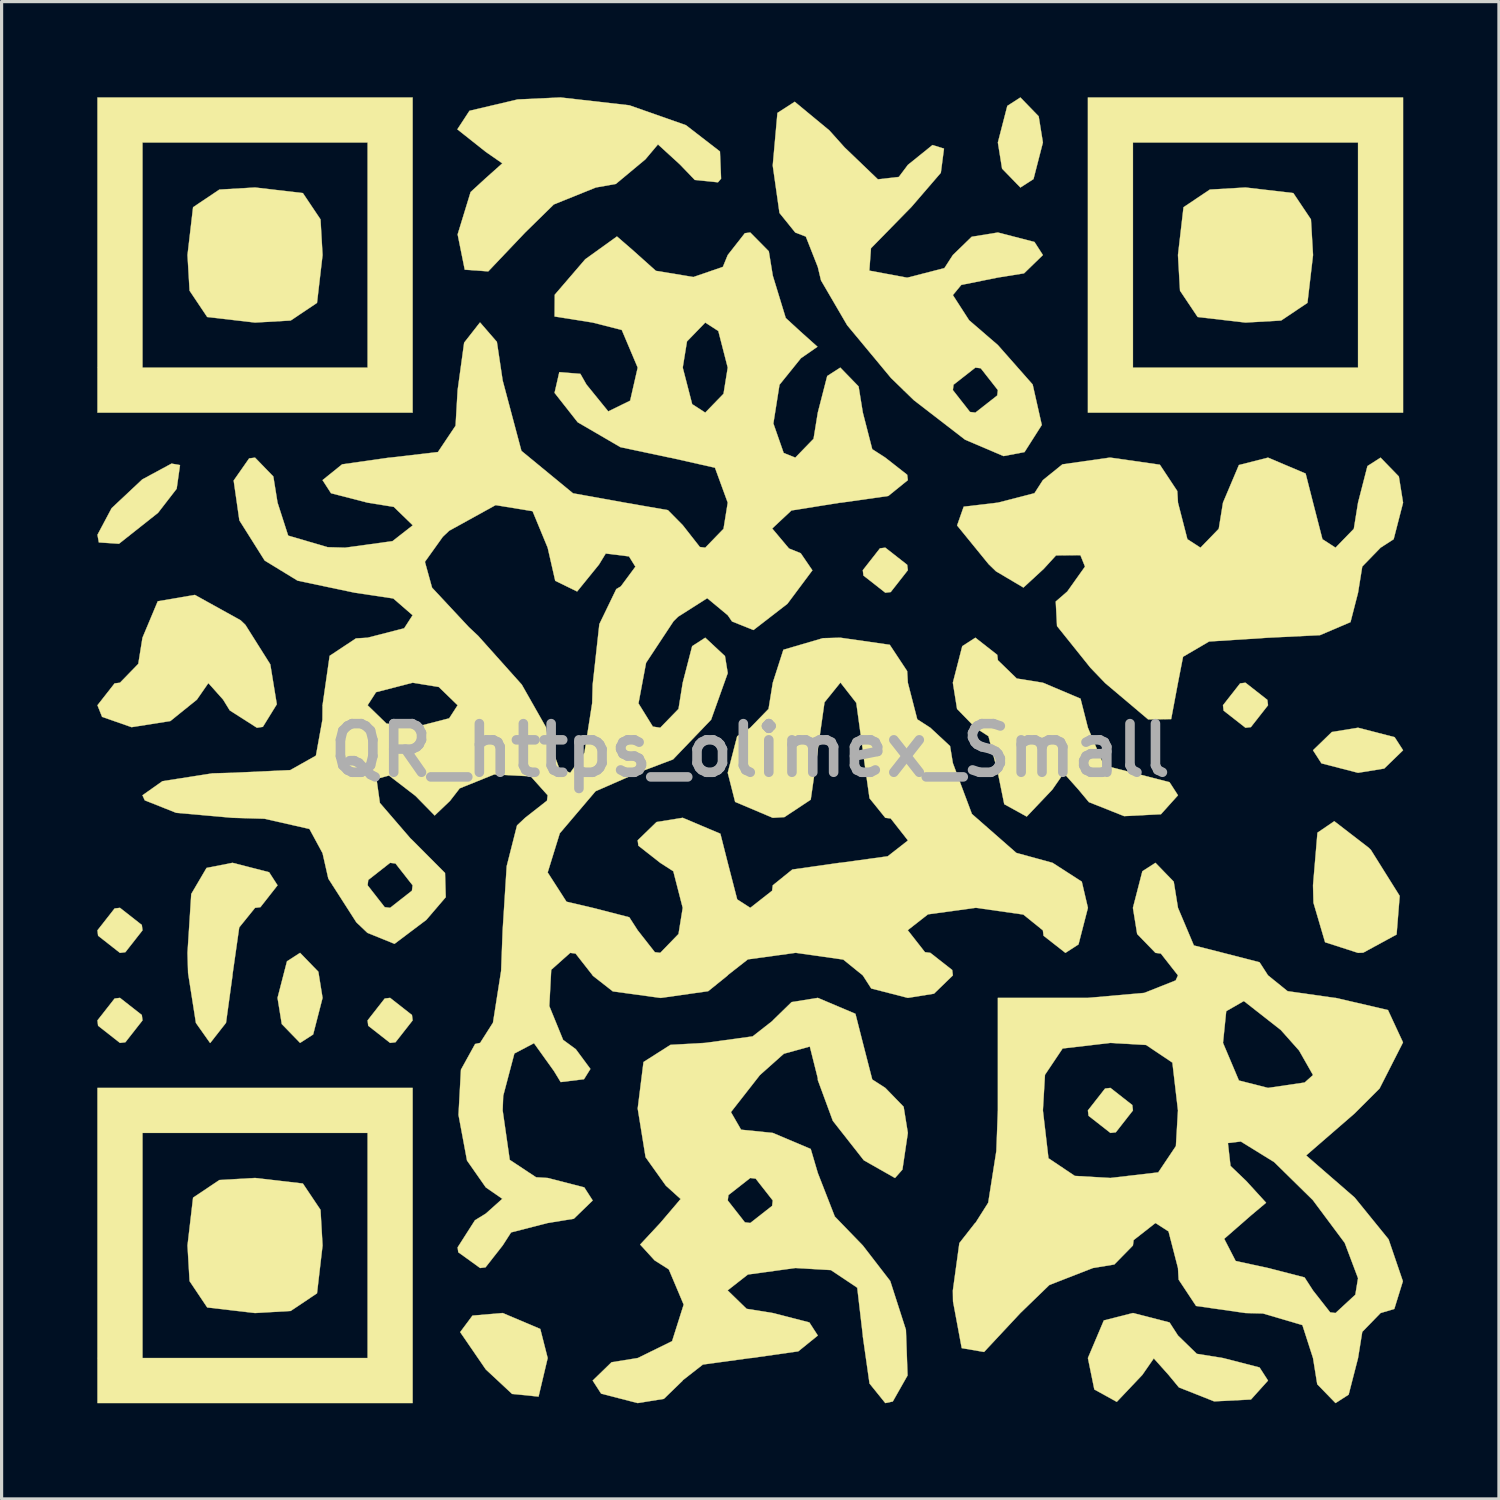
<source format=kicad_pcb>
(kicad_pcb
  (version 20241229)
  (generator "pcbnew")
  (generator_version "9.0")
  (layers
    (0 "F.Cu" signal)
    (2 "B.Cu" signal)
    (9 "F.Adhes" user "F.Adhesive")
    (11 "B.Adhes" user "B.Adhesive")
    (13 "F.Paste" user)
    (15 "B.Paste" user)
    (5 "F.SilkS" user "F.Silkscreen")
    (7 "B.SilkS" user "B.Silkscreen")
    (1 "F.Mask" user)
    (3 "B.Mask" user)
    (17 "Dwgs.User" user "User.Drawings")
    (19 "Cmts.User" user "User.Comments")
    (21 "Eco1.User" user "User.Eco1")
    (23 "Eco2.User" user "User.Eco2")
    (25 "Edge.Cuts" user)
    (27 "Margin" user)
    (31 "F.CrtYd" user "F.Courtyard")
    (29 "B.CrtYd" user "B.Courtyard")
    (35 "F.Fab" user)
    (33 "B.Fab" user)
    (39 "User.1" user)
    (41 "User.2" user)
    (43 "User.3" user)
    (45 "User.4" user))
  (footprint "QR_https_olimex_Small"
    (layer "F.Cu")
    (at 20.466 20.466)
    (property "Reference" "QR_https_olimex_Small" (at 0 0 0) (layer "F.Fab") (effects (font (size 1.524 1.524) (thickness 0.3))))
    (attr through_hole)
    (fp_poly (pts (xy -19.071 5.476) (xy -19.05 5.644) (xy -19.587 6.329) (xy -19.756 6.35) (xy -20.441 5.813) (xy -20.461 5.644) (xy -19.924 4.959) (xy -19.756 4.939) (xy -19.071 5.476)) (stroke (width 0.01) (type solid)) (fill yes) (layer "F.SilkS"))
    (fp_poly (pts (xy -19.071 8.298) (xy -19.05 8.467) (xy -19.587 9.152) (xy -19.756 9.172) (xy -20.441 8.635) (xy -20.461 8.467) (xy -19.924 7.782) (xy -19.756 7.761) (xy -19.071 8.298)) (stroke (width 0.01) (type solid)) (fill yes) (layer "F.SilkS"))
    (fp_poly (pts (xy -13.538 6.941) (xy -13.406 7.761) (xy -13.701 8.908) (xy -14.111 9.172) (xy -14.684 8.581) (xy -14.817 7.761) (xy -14.521 6.615) (xy -14.111 6.35) (xy -13.538 6.941)) (stroke (width 0.01) (type solid)) (fill yes) (layer "F.SilkS"))
    (fp_poly (pts (xy -10.604 8.298) (xy -10.583 8.467) (xy -11.12 9.152) (xy -11.289 9.172) (xy -11.974 8.635) (xy -11.994 8.467) (xy -11.458 7.782) (xy -11.289 7.761) (xy -10.604 8.298)) (stroke (width 0.01) (type solid)) (fill yes) (layer "F.SilkS"))
    (fp_poly (pts (xy -6.582 18.138) (xy -6.35 19.05) (xy -6.636 20.258) (xy -7.465 20.175) (xy -8.29 19.406) (xy -9.092 18.237) (xy -8.707 17.72) (xy -7.761 17.639) (xy -6.582 18.138)) (stroke (width 0.01) (type solid)) (fill yes) (layer "F.SilkS"))
    (fp_poly (pts (xy 4.918 -5.813) (xy 4.939 -5.644) (xy 4.402 -4.959) (xy 4.233 -4.939) (xy 3.548 -5.476) (xy 3.528 -5.644) (xy 4.065 -6.329) (xy 4.233 -6.35) (xy 4.918 -5.813)) (stroke (width 0.01) (type solid)) (fill yes) (layer "F.SilkS"))
    (fp_poly (pts (xy 9.04 -19.87) (xy 9.172 -19.05) (xy 8.877 -17.903) (xy 8.467 -17.639) (xy 7.893 -18.23) (xy 7.761 -19.05) (xy 8.057 -20.197) (xy 8.467 -20.461) (xy 9.04 -19.87)) (stroke (width 0.01) (type solid)) (fill yes) (layer "F.SilkS"))
    (fp_poly (pts (xy 11.974 11.12) (xy 11.994 11.289) (xy 11.458 11.974) (xy 11.289 11.994) (xy 10.604 11.458) (xy 10.583 11.289) (xy 11.12 10.604) (xy 11.289 10.583) (xy 11.974 11.12)) (stroke (width 0.01) (type solid)) (fill yes) (layer "F.SilkS"))
    (fp_poly (pts (xy 16.207 -1.58) (xy 16.228 -1.411) (xy 15.691 -0.726) (xy 15.522 -0.706) (xy 14.837 -1.242) (xy 14.817 -1.411) (xy 15.354 -2.096) (xy 15.522 -2.117) (xy 16.207 -1.58)) (stroke (width 0.01) (type solid)) (fill yes) (layer "F.SilkS"))
    (fp_poly (pts (xy 20.197 -0.41) (xy 20.461 0) (xy 19.87 0.573) (xy 19.05 0.706) (xy 17.903 0.41) (xy 17.639 0) (xy 18.23 -0.573) (xy 19.05 -0.706) (xy 20.197 -0.41)) (stroke (width 0.01) (type solid)) (fill yes) (layer "F.SilkS"))
    (fp_poly (pts (xy -17.874 -8.937) (xy -17.979 -8.197) (xy -18.563 -7.442) (xy -19.787 -6.473) (xy -20.418 -6.515) (xy -20.461 -6.753) (xy -20.017 -7.588) (xy -19.057 -8.489) (xy -18.139 -8.985) (xy -17.874 -8.937)) (stroke (width 0.01) (type solid)) (fill yes) (layer "F.SilkS"))
    (fp_poly (pts (xy -10.583 -10.583) (xy -20.461 -10.583) (xy -20.461 -19.05) (xy -19.05 -19.05) (xy -19.05 -11.994) (xy -11.994 -11.994) (xy -11.994 -19.05) (xy -19.05 -19.05) (xy -20.461 -19.05) (xy -20.461 -20.461) (xy -10.583 -20.461) (xy -10.583 -10.583)) (stroke (width 0.01) (type solid)) (fill yes) (layer "F.SilkS"))
    (fp_poly (pts (xy -10.583 20.461) (xy -20.461 20.461) (xy -20.461 11.994) (xy -19.05 11.994) (xy -19.05 19.05) (xy -11.994 19.05) (xy -11.994 11.994) (xy -19.05 11.994) (xy -20.461 11.994) (xy -20.461 10.583) (xy -10.583 10.583) (xy -10.583 20.461)) (stroke (width 0.01) (type solid)) (fill yes) (layer "F.SilkS"))
    (fp_poly (pts (xy 19.386 3.057) (xy 19.453 3.125) (xy 20.355 4.565) (xy 20.258 5.775) (xy 19.212 6.344) (xy 19.05 6.35) (xy 18.017 6.017) (xy 17.653 4.78) (xy 17.639 4.233) (xy 17.778 2.583) (xy 18.305 2.224) (xy 19.386 3.057)) (stroke (width 0.01) (type solid)) (fill yes) (layer "F.SilkS"))
    (fp_poly (pts (xy 20.461 -10.583) (xy 10.583 -10.583) (xy 10.583 -19.05) (xy 11.994 -19.05) (xy 11.994 -11.994) (xy 19.05 -11.994) (xy 19.05 -19.05) (xy 11.994 -19.05) (xy 10.583 -19.05) (xy 10.583 -20.461) (xy 20.461 -20.461) (xy 20.461 -10.583)) (stroke (width 0.01) (type solid)) (fill yes) (layer "F.SilkS"))
    (fp_poly (pts (xy -14.023 -17.464) (xy -13.47 -16.639) (xy -13.406 -15.522) (xy -13.58 -14.023) (xy -14.405 -13.47) (xy -15.522 -13.406) (xy -17.021 -13.58) (xy -17.574 -14.405) (xy -17.639 -15.522) (xy -17.464 -17.021) (xy -16.639 -17.574) (xy -15.522 -17.639) (xy -14.023 -17.464)) (stroke (width 0.01) (type solid)) (fill yes) (layer "F.SilkS"))
    (fp_poly (pts (xy -14.023 13.58) (xy -13.47 14.405) (xy -13.406 15.522) (xy -13.58 17.021) (xy -14.405 17.574) (xy -15.522 17.639) (xy -17.021 17.464) (xy -17.574 16.639) (xy -17.639 15.522) (xy -17.464 14.023) (xy -16.639 13.47) (xy -15.522 13.406) (xy -14.023 13.58)) (stroke (width 0.01) (type solid)) (fill yes) (layer "F.SilkS"))
    (fp_poly (pts (xy 17.021 -17.464) (xy 17.574 -16.639) (xy 17.639 -15.522) (xy 17.464 -14.023) (xy 16.639 -13.47) (xy 15.522 -13.406) (xy 14.023 -13.58) (xy 13.47 -14.405) (xy 13.406 -15.522) (xy 13.58 -17.021) (xy 14.405 -17.574) (xy 15.522 -17.639) (xy 17.021 -17.464)) (stroke (width 0.01) (type solid)) (fill yes) (layer "F.SilkS"))
    (fp_poly (pts (xy -15.081 3.823) (xy -14.817 4.233) (xy -15.354 4.918) (xy -15.522 4.939) (xy -16.018 5.552) (xy -16.228 7.029) (xy -16.228 7.056) (xy -16.432 8.542) (xy -16.925 9.172) (xy -16.933 9.172) (xy -17.375 8.546) (xy -17.621 6.983) (xy -17.639 6.35) (xy -17.521 4.504) (xy -17.042 3.688) (xy -16.228 3.528) (xy -15.081 3.823)) (stroke (width 0.01) (type solid)) (fill yes) (layer "F.SilkS"))
    (fp_poly (pts (xy 13.141 17.934) (xy 13.406 18.344) (xy 13.996 18.918) (xy 14.817 19.05) (xy 15.963 19.345) (xy 16.228 19.756) (xy 15.694 20.349) (xy 14.541 20.408) (xy 13.435 19.97) (xy 13.112 19.579) (xy 12.648 19.06) (xy 12.288 19.579) (xy 11.488 20.423) (xy 10.784 20.034) (xy 10.583 19.05) (xy 11.082 17.871) (xy 11.994 17.639) (xy 13.141 17.934)) (stroke (width 0.01) (type solid)) (fill yes) (layer "F.SilkS"))
    (fp_poly (pts (xy -15.974 -4.074) (xy -15.825 -3.931) (xy -15.044 -2.692) (xy -14.84 -1.442) (xy -15.277 -0.734) (xy -15.463 -0.706) (xy -16.314 -1.249) (xy -16.522 -1.587) (xy -16.985 -2.106) (xy -17.345 -1.587) (xy -18.177 -0.916) (xy -19.391 -0.724) (xy -20.316 -1.047) (xy -20.461 -1.411) (xy -19.924 -2.096) (xy -19.756 -2.117) (xy -19.182 -2.708) (xy -19.05 -3.528) (xy -18.571 -4.67) (xy -17.409 -4.869) (xy -15.974 -4.074)) (stroke (width 0.01) (type solid)) (fill yes) (layer "F.SilkS"))
    (fp_poly (pts (xy -3.789 -20.215) (xy -2.016 -19.592) (xy -0.95 -18.768) (xy -0.915 -17.916) (xy -1.013 -17.802) (xy -1.738 -17.876) (xy -2.209 -18.365) (xy -2.893 -18.99) (xy -3.288 -18.521) (xy -4.213 -17.751) (xy -4.842 -17.639) (xy -6.158 -17.108) (xy -7.056 -16.228) (xy -8.213 -15.01) (xy -8.949 -15.063) (xy -9.172 -16.169) (xy -8.765 -17.497) (xy -8.29 -17.933) (xy -7.771 -18.396) (xy -8.29 -18.756) (xy -9.181 -19.462) (xy -8.801 -20.043) (xy -7.29 -20.399) (xy -5.947 -20.461) (xy -3.789 -20.215)) (stroke (width 0.01) (type solid)) (fill yes) (layer "F.SilkS"))
    (fp_poly (pts (xy 7.741 -2.991) (xy 7.761 -2.822) (xy 8.352 -2.249) (xy 9.172 -2.117) (xy 10.351 -1.618) (xy 10.583 -0.706) (xy 11.082 0.474) (xy 11.994 0.706) (xy 13.141 1.001) (xy 13.406 1.411) (xy 12.872 2.005) (xy 11.718 2.064) (xy 10.613 1.625) (xy 10.289 1.235) (xy 9.826 0.716) (xy 9.466 1.235) (xy 8.665 2.078) (xy 7.961 1.69) (xy 7.761 0.706) (xy 7.466 -0.441) (xy 7.056 -0.706) (xy 6.482 -1.296) (xy 6.35 -2.117) (xy 6.645 -3.263) (xy 7.056 -3.528) (xy 7.741 -2.991)) (stroke (width 0.01) (type solid)) (fill yes) (layer "F.SilkS"))
    (fp_poly (pts (xy 20.329 -8.581) (xy 20.461 -7.761) (xy 20.166 -6.615) (xy 19.756 -6.35) (xy 19.182 -5.759) (xy 19.05 -4.939) (xy 18.813 -4.016) (xy 17.857 -3.608) (xy 16.228 -3.528) (xy 14.381 -3.409) (xy 13.565 -2.931) (xy 13.406 -2.117) (xy 13.192 -0.977) (xy 12.472 -0.967) (xy 11.124 -2.106) (xy 10.662 -2.587) (xy 9.615 -3.893) (xy 9.575 -4.663) (xy 9.936 -4.975) (xy 10.492 -5.757) (xy 10.348 -6.115) (xy 9.584 -6.108) (xy 9.198 -5.686) (xy 8.562 -5.1) (xy 7.701 -5.61) (xy 7.472 -5.832) (xy 6.483 -7.046) (xy 6.69 -7.635) (xy 7.761 -7.761) (xy 8.908 -8.057) (xy 9.172 -8.467) (xy 9.785 -8.962) (xy 11.263 -9.172) (xy 11.289 -9.172) (xy 12.838 -8.95) (xy 13.384 -8.125) (xy 13.406 -7.761) (xy 13.701 -6.615) (xy 14.111 -6.35) (xy 14.684 -6.941) (xy 14.817 -7.761) (xy 15.316 -8.94) (xy 16.228 -9.172) (xy 17.407 -8.673) (xy 17.639 -7.761) (xy 17.934 -6.615) (xy 18.344 -6.35) (xy 18.918 -6.941) (xy 19.05 -7.761) (xy 19.345 -8.908) (xy 19.756 -9.172) (xy 20.329 -8.581)) (stroke (width 0.01) (type solid)) (fill yes) (layer "F.SilkS"))
    (fp_poly (pts (xy 2.479 -19.428) (xy 2.956 -18.896) (xy 4 -17.895) (xy 4.657 -17.97) (xy 4.94 -18.347) (xy 5.712 -18.97) (xy 6.072 -18.858) (xy 5.973 -18.1) (xy 5.052 -17.031) (xy 3.783 -15.735) (xy 3.732 -15.033) (xy 4.893 -14.817) (xy 4.939 -14.817) (xy 6.085 -15.112) (xy 6.35 -15.522) (xy 6.941 -16.095) (xy 7.761 -16.228) (xy 8.908 -15.932) (xy 9.172 -15.522) (xy 8.581 -14.949) (xy 7.761 -14.817) (xy 6.614 -14.586) (xy 6.35 -14.267) (xy 6.859 -13.478) (xy 7.761 -12.7) (xy 8.851 -11.464) (xy 9.137 -10.196) (xy 8.596 -9.346) (xy 7.938 -9.221) (xy 6.734 -9.734) (xy 5.126 -10.974) (xy 4.802 -11.289) (xy 6.35 -11.289) (xy 6.887 -10.604) (xy 7.056 -10.583) (xy 7.741 -11.12) (xy 7.761 -11.289) (xy 7.224 -11.974) (xy 7.056 -11.994) (xy 6.371 -11.458) (xy 6.35 -11.289) (xy 4.802 -11.289) (xy 4.41 -11.67) (xy 3.037 -13.323) (xy 2.218 -14.727) (xy 2.117 -15.149) (xy 1.742 -16.101) (xy 1.411 -16.228) (xy 0.916 -16.841) (xy 0.706 -18.318) (xy 0.706 -18.344) (xy 0.852 -19.977) (xy 1.393 -20.326) (xy 2.479 -19.428)) (stroke (width 0.01) (type solid)) (fill yes) (layer "F.SilkS"))
    (fp_poly (pts (xy 3.296 8.26) (xy 3.528 9.172) (xy 3.823 10.319) (xy 4.233 10.583) (xy 4.807 11.174) (xy 4.939 11.994) (xy 4.769 13.143) (xy 4.536 13.406) (xy 3.559 12.851) (xy 2.588 11.615) (xy 2.118 10.338) (xy 2.117 10.281) (xy 1.867 9.286) (xy 1.052 9.512) (xy 0.302 10.18) (xy -0.606 11.341) (xy -0.288 11.893) (xy 0.706 11.994) (xy 1.895 12.497) (xy 2.117 13.25) (xy 2.649 14.614) (xy 3.528 15.522) (xy 4.387 16.636) (xy 4.879 18.165) (xy 4.93 19.595) (xy 4.467 20.412) (xy 4.233 20.461) (xy 3.738 19.848) (xy 3.528 18.371) (xy 3.528 18.344) (xy 3.353 16.845) (xy 2.528 16.293) (xy 1.411 16.228) (xy -0.075 16.432) (xy -0.705 16.925) (xy -0.706 16.933) (xy -0.115 17.507) (xy 0.706 17.639) (xy 1.852 17.934) (xy 2.117 18.344) (xy 1.504 18.84) (xy 0.026 19.05) (xy 0 19.05) (xy -1.486 19.254) (xy -2.117 19.747) (xy -2.117 19.756) (xy -2.708 20.329) (xy -3.528 20.461) (xy -4.674 20.166) (xy -4.939 19.756) (xy -4.348 19.182) (xy -3.528 19.05) (xy -2.45 18.521) (xy -2.087 17.375) (xy -2.553 16.271) (xy -2.999 15.988) (xy -3.451 15.493) (xy -2.822 14.817) (xy -2.221 14.111) (xy -0.706 14.111) (xy -0.169 14.796) (xy 0 14.817) (xy 0.685 14.28) (xy 0.706 14.111) (xy 0.169 13.426) (xy 0 13.406) (xy -0.685 13.942) (xy -0.706 14.111) (xy -2.221 14.111) (xy -2.182 14.065) (xy -2.646 13.646) (xy -3.281 12.755) (xy -3.528 11.23) (xy -3.346 9.771) (xy -2.502 9.234) (xy -1.411 9.172) (xy 0.075 8.968) (xy 0.705 8.475) (xy 0.706 8.467) (xy 1.296 7.893) (xy 2.117 7.761) (xy 3.296 8.26)) (stroke (width 0.01) (type solid)) (fill yes) (layer "F.SilkS"))
    (fp_poly (pts (xy 13.273 4.119) (xy 13.406 4.939) (xy 13.904 6.118) (xy 14.817 6.35) (xy 15.963 6.645) (xy 16.228 7.056) (xy 16.841 7.551) (xy 18.318 7.761) (xy 18.344 7.761) (xy 19.988 8.143) (xy 20.459 9.157) (xy 19.723 10.603) (xy 18.942 11.383) (xy 17.423 12.7) (xy 18.942 14.017) (xy 20.007 15.329) (xy 20.455 16.643) (xy 20.186 17.511) (xy 19.756 17.639) (xy 19.182 18.23) (xy 19.05 19.05) (xy 18.755 20.197) (xy 18.344 20.461) (xy 17.771 19.87) (xy 17.639 19.05) (xy 17.306 18.017) (xy 16.069 17.653) (xy 15.522 17.639) (xy 13.973 17.417) (xy 13.427 16.592) (xy 13.406 16.228) (xy 13.17 15.313) (xy 14.855 15.313) (xy 15.214 16.008) (xy 16.228 16.228) (xy 17.374 16.523) (xy 17.639 16.933) (xy 18.176 17.618) (xy 18.344 17.639) (xy 18.965 17.065) (xy 19.05 16.548) (xy 18.633 15.441) (xy 17.632 14.098) (xy 16.422 12.909) (xy 15.376 12.263) (xy 14.971 12.311) (xy 15.052 13.028) (xy 15.543 13.498) (xy 16.168 14.182) (xy 15.699 14.576) (xy 14.855 15.313) (xy 13.17 15.313) (xy 13.11 15.081) (xy 12.7 14.817) (xy 12.015 15.354) (xy 11.994 15.522) (xy 11.411 16.117) (xy 10.739 16.228) (xy 9.375 16.76) (xy 8.467 17.639) (xy 7.328 18.859) (xy 6.628 18.739) (xy 6.355 17.273) (xy 6.35 16.933) (xy 6.554 15.447) (xy 7.047 14.817) (xy 7.056 14.817) (xy 7.458 14.182) (xy 7.713 12.56) (xy 7.761 11.289) (xy 9.172 11.289) (xy 9.347 12.788) (xy 10.172 13.341) (xy 11.289 13.406) (xy 12.788 13.231) (xy 13.341 12.406) (xy 13.406 11.289) (xy 13.231 9.79) (xy 12.406 9.237) (xy 11.289 9.172) (xy 14.817 9.172) (xy 15.316 10.351) (xy 16.228 10.583) (xy 17.376 10.414) (xy 17.639 10.18) (xy 17.201 9.41) (xy 16.631 8.769) (xy 15.471 7.86) (xy 14.918 8.178) (xy 14.817 9.172) (xy 11.289 9.172) (xy 9.79 9.347) (xy 9.237 10.172) (xy 9.172 11.289) (xy 7.761 11.289) (xy 7.761 7.761) (xy 10.583 7.761) (xy 12.351 7.605) (xy 13.334 7.214) (xy 13.406 7.056) (xy 12.869 6.371) (xy 12.7 6.35) (xy 12.127 5.759) (xy 11.994 4.939) (xy 12.29 3.792) (xy 12.7 3.528) (xy 13.273 4.119)) (stroke (width 0.01) (type solid)) (fill yes) (layer "F.SilkS"))
    (fp_poly (pts (xy 0.581 -15.64) (xy 0.706 -14.875) (xy 1.112 -13.548) (xy 1.587 -13.112) (xy 2.106 -12.648) (xy 1.587 -12.288) (xy 0.916 -11.456) (xy 0.724 -10.243) (xy 1.047 -9.318) (xy 1.411 -9.172) (xy 1.984 -9.763) (xy 2.117 -10.583) (xy 2.412 -11.73) (xy 2.822 -11.994) (xy 3.395 -11.404) (xy 3.528 -10.583) (xy 3.823 -9.437) (xy 4.233 -9.172) (xy 4.918 -8.635) (xy 4.939 -8.467) (xy 4.326 -7.971) (xy 2.849 -7.761) (xy 2.822 -7.761) (xy 1.29 -7.516) (xy 0.687 -6.951) (xy 1.214 -6.324) (xy 1.581 -6.176) (xy 1.947 -5.64) (xy 1.164 -4.591) (xy 0.101 -3.769) (xy -0.571 -4.037) (xy -0.706 -4.233) (xy -1.349 -4.767) (xy -2.262 -4.186) (xy -2.405 -4.045) (xy -3.266 -2.741) (xy -3.504 -1.469) (xy -3.054 -0.742) (xy -2.822 -0.706) (xy -2.249 -1.296) (xy -2.117 -2.117) (xy -1.821 -3.263) (xy -1.411 -3.528) (xy -0.793 -2.953) (xy -0.706 -2.419) (xy -1.228 -0.957) (xy -2.42 0.286) (xy -3.528 0.706) (xy -4.849 1.284) (xy -5.971 2.604) (xy -6.35 3.83) (xy -5.76 4.747) (xy -4.939 4.939) (xy -3.792 5.234) (xy -3.528 5.644) (xy -2.991 6.329) (xy -2.822 6.35) (xy -2.249 5.759) (xy -2.117 4.939) (xy -2.412 3.792) (xy -2.822 3.528) (xy -3.507 2.991) (xy -3.528 2.822) (xy -2.937 2.249) (xy -2.117 2.117) (xy -0.937 2.616) (xy -0.706 3.528) (xy -0.41 4.674) (xy 0 4.939) (xy 0.685 4.402) (xy 0.706 4.233) (xy 1.319 3.738) (xy 2.796 3.528) (xy 2.822 3.528) (xy 4.308 3.323) (xy 4.939 2.831) (xy 4.939 2.822) (xy 4.402 2.137) (xy 4.233 2.117) (xy 3.738 1.504) (xy 3.528 0.026) (xy 3.528 0) (xy 3.323 -1.486) (xy 2.831 -2.117) (xy 2.822 -2.117) (xy 2.327 -1.504) (xy 2.117 -0.026) (xy 2.117 0) (xy 1.895 1.549) (xy 1.07 2.095) (xy 0.706 2.117) (xy -0.474 1.618) (xy -0.706 0.706) (xy -0.41 -0.441) (xy 0 -0.706) (xy 0.573 -1.296) (xy 0.706 -2.117) (xy 1.038 -3.15) (xy 2.276 -3.513) (xy 2.822 -3.528) (xy 4.372 -3.306) (xy 4.917 -2.481) (xy 4.939 -2.117) (xy 5.234 -0.97) (xy 5.644 -0.706) (xy 6.262 -0.131) (xy 6.35 0.403) (xy 6.947 1.997) (xy 8.339 3.217) (xy 9.475 3.528) (xy 10.391 4.118) (xy 10.583 4.939) (xy 10.288 6.085) (xy 9.878 6.35) (xy 9.193 5.813) (xy 9.172 5.644) (xy 8.559 5.149) (xy 7.082 4.939) (xy 7.056 4.939) (xy 5.569 5.143) (xy 4.939 5.636) (xy 4.939 5.644) (xy 5.476 6.329) (xy 5.644 6.35) (xy 6.329 6.887) (xy 6.35 7.056) (xy 5.759 7.629) (xy 4.939 7.761) (xy 3.792 7.466) (xy 3.528 7.056) (xy 2.915 6.56) (xy 1.437 6.35) (xy 1.411 6.35) (xy -0.075 6.554) (xy -0.705 7.047) (xy -0.706 7.056) (xy -1.319 7.551) (xy -2.796 7.761) (xy -2.822 7.761) (xy -4.308 7.557) (xy -4.939 7.064) (xy -4.939 7.056) (xy -5.476 6.371) (xy -5.644 6.35) (xy -6.239 6.881) (xy -6.299 8.018) (xy -5.866 9.078) (xy -5.468 9.37) (xy -5.011 9.988) (xy -5.212 10.31) (xy -5.942 10.4) (xy -6.153 10.054) (xy -6.779 9.181) (xy -7.394 9.505) (xy -7.744 10.832) (xy -7.761 11.289) (xy -7.539 12.838) (xy -6.714 13.384) (xy -6.35 13.406) (xy -5.203 13.701) (xy -4.939 14.111) (xy -5.53 14.684) (xy -6.35 14.817) (xy -7.497 15.112) (xy -7.761 15.522) (xy -8.298 16.207) (xy -8.467 16.228) (xy -9.152 15.734) (xy -9.172 15.581) (xy -8.629 14.731) (xy -8.29 14.523) (xy -7.771 14.059) (xy -8.29 13.7) (xy -8.878 12.859) (xy -9.145 11.429) (xy -9.068 10.011) (xy -8.624 9.207) (xy -8.467 9.172) (xy -8.064 8.538) (xy -7.809 6.915) (xy -7.761 5.644) (xy -7.634 3.632) (xy -7.31 2.355) (xy -7.056 2.117) (xy -6.371 1.58) (xy -6.35 1.411) (xy -6.882 0.817) (xy -8.026 0.757) (xy -9.107 1.193) (xy -9.412 1.587) (xy -9.892 2.044) (xy -10.491 1.432) (xy -11.323 0.792) (xy -11.716 0.898) (xy -11.609 1.651) (xy -10.648 2.766) (xy -10.619 2.791) (xy -9.567 3.847) (xy -9.545 4.605) (xy -10.153 5.315) (xy -11.151 6.067) (xy -11.999 5.723) (xy -12.347 5.392) (xy -13.09 4.233) (xy -11.994 4.233) (xy -11.458 4.918) (xy -11.289 4.939) (xy -10.604 4.402) (xy -10.583 4.233) (xy -11.12 3.548) (xy -11.289 3.528) (xy -11.974 4.065) (xy -11.994 4.233) (xy -13.09 4.233) (xy -13.225 4.023) (xy -13.406 3.225) (xy -13.817 2.466) (xy -15.227 2.146) (xy -16.228 2.117) (xy -17.995 1.96) (xy -18.978 1.569) (xy -19.05 1.411) (xy -18.424 0.969) (xy -16.86 0.724) (xy -16.228 0.706) (xy -14.418 0.622) (xy -13.614 0.169) (xy -13.41 -0.957) (xy -13.406 -1.411) (xy -11.994 -1.411) (xy -11.404 -0.838) (xy -10.583 -0.706) (xy -9.437 -1.001) (xy -9.172 -1.411) (xy -9.763 -1.984) (xy -10.583 -2.117) (xy -11.73 -1.821) (xy -11.994 -1.411) (xy -13.406 -1.411) (xy -13.184 -2.96) (xy -12.359 -3.506) (xy -11.994 -3.528) (xy -10.848 -3.823) (xy -10.583 -4.233) (xy -11.189 -4.758) (xy -12.398 -4.939) (xy -14.188 -5.316) (xy -15.153 -5.906) (xy -10.198 -5.906) (xy -9.974 -5.096) (xy -8.822 -3.861) (xy -8.529 -3.586) (xy -7.162 -2.058) (xy -6.404 -0.723) (xy -6.35 -0.422) (xy -5.99 0.56) (xy -5.644 0.706) (xy -5.199 0.08) (xy -4.955 -1.477) (xy -4.939 -2.058) (xy -4.73 -3.954) (xy -4.199 -5.052) (xy -4.057 -5.136) (xy -3.6 -5.754) (xy -3.801 -6.077) (xy -4.531 -6.167) (xy -4.742 -5.821) (xy -5.427 -4.977) (xy -6.113 -5.312) (xy -6.35 -6.35) (xy -6.823 -7.494) (xy -7.982 -7.684) (xy -9.437 -6.881) (xy -9.637 -6.691) (xy -10.198 -5.906) (xy -15.153 -5.906) (xy -15.22 -5.947) (xy -16.013 -7.206) (xy -16.192 -8.454) (xy -15.707 -9.148) (xy -15.522 -9.172) (xy -14.949 -8.581) (xy -14.817 -7.761) (xy -14.484 -6.728) (xy -13.246 -6.365) (xy -12.7 -6.35) (xy -11.214 -6.554) (xy -10.583 -7.047) (xy -10.583 -7.056) (xy -11.174 -7.629) (xy -11.994 -7.761) (xy -13.141 -8.057) (xy -13.406 -8.467) (xy -12.792 -8.962) (xy -11.315 -9.172) (xy -11.289 -9.172) (xy -9.79 -9.347) (xy -9.237 -10.172) (xy -9.172 -11.289) (xy -8.968 -12.775) (xy -8.475 -13.405) (xy -8.467 -13.406) (xy -7.942 -12.8) (xy -7.761 -11.591) (xy -7.173 -9.384) (xy -5.556 -8.054) (xy -3.931 -7.761) (xy -2.581 -7.526) (xy -2.117 -7.056) (xy -1.58 -6.371) (xy -1.411 -6.35) (xy -0.838 -6.941) (xy -0.706 -7.761) (xy -1.106 -8.856) (xy -2.506 -9.172) (xy -2.52 -9.172) (xy -4.07 -9.501) (xy -5.409 -10.281) (xy -6.134 -11.203) (xy -5.985 -11.852) (xy -5.325 -11.798) (xy -5.136 -11.465) (xy -4.451 -10.621) (xy -3.765 -10.957) (xy -3.528 -11.994) (xy -2.117 -11.994) (xy -1.821 -10.848) (xy -1.411 -10.583) (xy -0.838 -11.174) (xy -0.706 -11.994) (xy -1.001 -13.141) (xy -1.411 -13.406) (xy -1.984 -12.815) (xy -2.117 -11.994) (xy -3.528 -11.994) (xy -4.027 -13.174) (xy -4.939 -13.406) (xy -6.133 -13.596) (xy -6.128 -14.278) (xy -5.172 -15.39) (xy -4.179 -16.104) (xy -3.702 -15.692) (xy -2.959 -15.027) (xy -1.782 -14.833) (xy -0.858 -15.151) (xy -0.706 -15.522) (xy -0.169 -16.207) (xy 0 -16.228) (xy 0.581 -15.64)) (stroke (width 0.01) (type solid)) (fill yes) (layer "F.SilkS")))
  (gr_rect
    (start -3 -3)
    (end 43.932 43.932)
    (stroke (width 0.1) (type default))
    (fill no)
    (layer "Edge.Cuts")))
</source>
